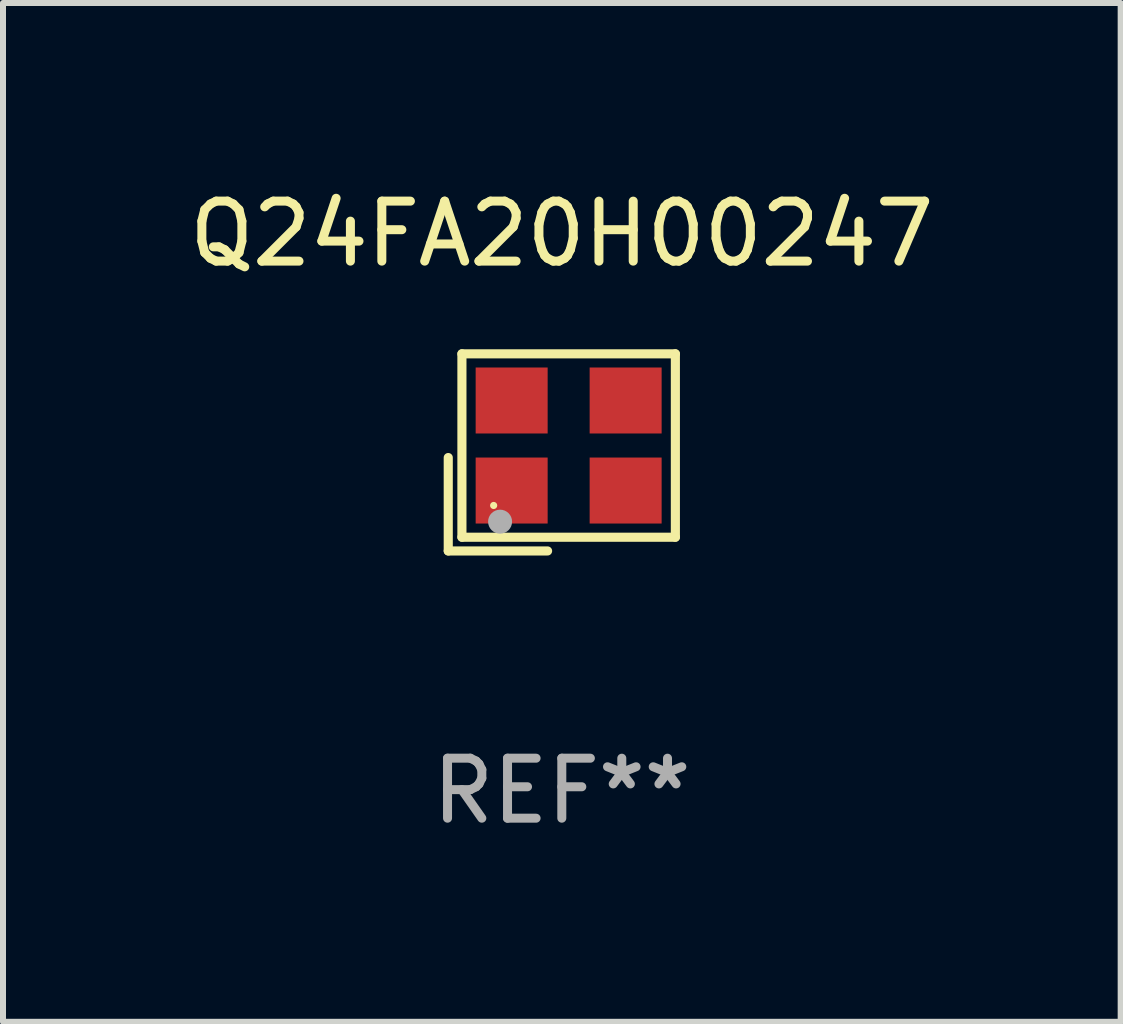
<source format=kicad_pcb>
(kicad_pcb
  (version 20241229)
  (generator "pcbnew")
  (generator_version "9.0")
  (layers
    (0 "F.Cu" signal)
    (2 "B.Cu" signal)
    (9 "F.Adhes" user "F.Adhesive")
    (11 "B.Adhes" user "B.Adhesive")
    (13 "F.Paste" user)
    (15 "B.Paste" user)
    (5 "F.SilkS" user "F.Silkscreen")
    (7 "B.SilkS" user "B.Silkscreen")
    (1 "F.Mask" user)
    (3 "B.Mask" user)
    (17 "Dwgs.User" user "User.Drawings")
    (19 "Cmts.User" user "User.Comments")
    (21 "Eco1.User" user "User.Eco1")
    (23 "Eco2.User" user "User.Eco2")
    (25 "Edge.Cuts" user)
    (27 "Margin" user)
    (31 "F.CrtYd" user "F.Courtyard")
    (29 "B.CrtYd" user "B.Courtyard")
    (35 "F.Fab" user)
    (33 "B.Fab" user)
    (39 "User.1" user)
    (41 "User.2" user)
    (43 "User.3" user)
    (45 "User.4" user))
  (footprint "Q24FA20H00247"
    (layer "F.Cu")
    (at 6.315 4.491)
    (property "Reference" "Q24FA20H00247" (at 0 -3.643 0) (layer "F.SilkS") (effects (font (size 1 1) (thickness 0.15))))
    (attr through_hole)
    (fp_line (start -1.893 0.086) (end -1.893 1.643) (stroke (width 0.152) (type solid)) (layer "F.SilkS"))
    (fp_line (start -1.893 1.643) (end -0.237 1.643) (stroke (width 0.152) (type solid)) (layer "F.SilkS"))
    (fp_line (start -1.665 -1.643) (end 1.893 -1.643) (stroke (width 0.152) (type solid)) (layer "F.SilkS"))
    (fp_line (start -1.665 1.414) (end -1.665 -1.643) (stroke (width 0.152) (type solid)) (layer "F.SilkS"))
    (fp_line (start 1.893 -1.643) (end 1.893 1.414) (stroke (width 0.152) (type solid)) (layer "F.SilkS"))
    (fp_line (start 1.893 1.414) (end -1.665 1.414) (stroke (width 0.152) (type solid)) (layer "F.SilkS"))
    (fp_circle (center -1.136 0.885) (end -1.106 0.885) (stroke (width 0.06) (type solid)) (fill no) (layer "F.SilkS"))
    (fp_circle (center -1.029 1.155) (end -0.929 1.155) (stroke (width 0.2) (type solid)) (fill no) (layer "F.Fab"))
    (fp_text user "REF**" (at 0 5.643 0) (layer "F.Fab") (effects (font (size 1 1) (thickness 0.15))))
    (pad "1" smd rect (at -0.836 0.636) (size 1.2 1.1) (layers "F.Cu" "F.Mask" "F.Paste"))
    (pad "2" smd rect (at 1.064 0.636) (size 1.2 1.1) (layers "F.Cu" "F.Mask" "F.Paste"))
    (pad "3" smd rect (at 1.064 -0.865) (size 1.2 1.1) (layers "F.Cu" "F.Mask" "F.Paste"))
    (pad "4" smd rect (at -0.836 -0.865) (size 1.2 1.1) (layers "F.Cu" "F.Mask" "F.Paste")))
  (gr_rect
    (start -3 -3)
    (end 15.631 13.983)
    (stroke (width 0.1) (type default))
    (fill no)
    (layer "Edge.Cuts")))
</source>
